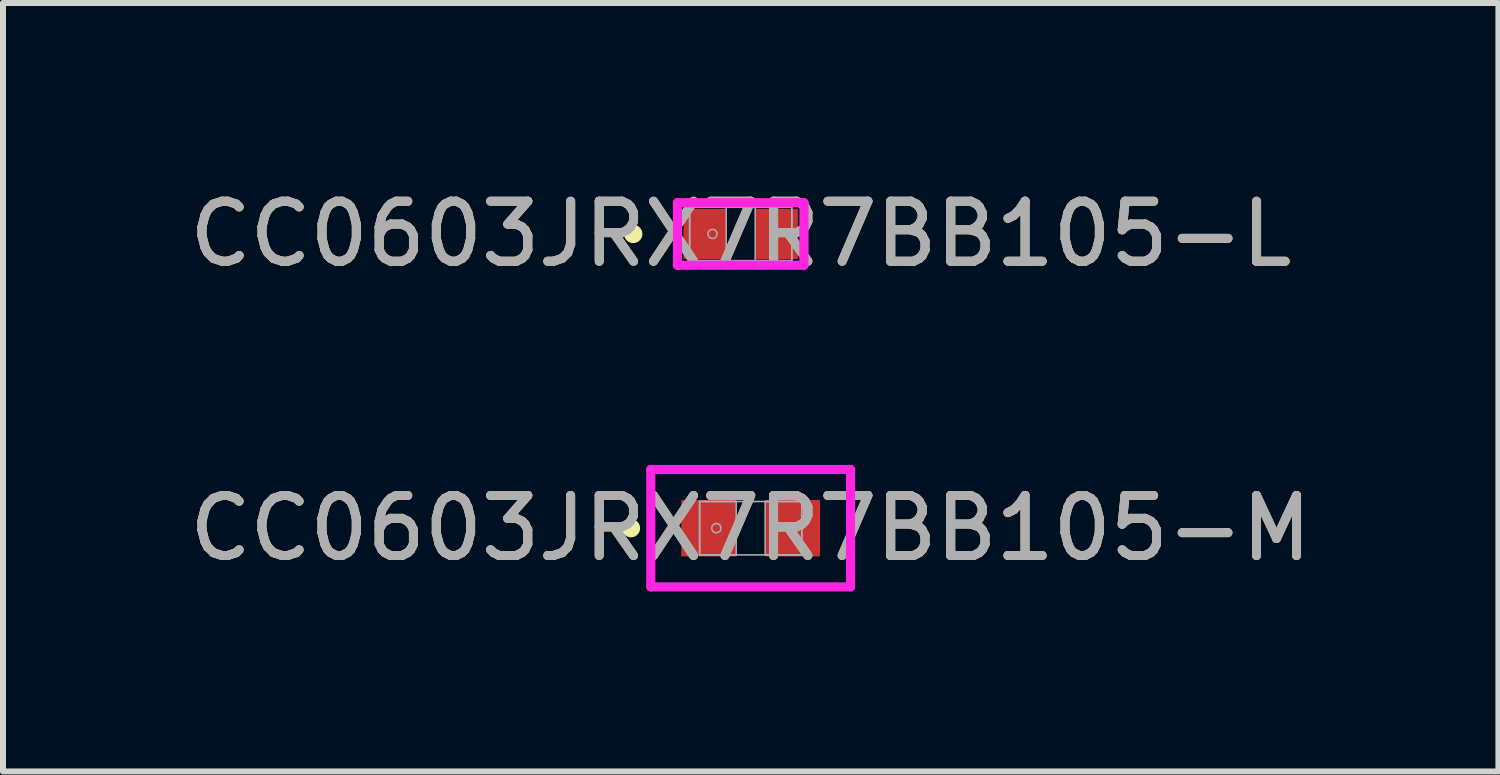
<source format=kicad_pcb>
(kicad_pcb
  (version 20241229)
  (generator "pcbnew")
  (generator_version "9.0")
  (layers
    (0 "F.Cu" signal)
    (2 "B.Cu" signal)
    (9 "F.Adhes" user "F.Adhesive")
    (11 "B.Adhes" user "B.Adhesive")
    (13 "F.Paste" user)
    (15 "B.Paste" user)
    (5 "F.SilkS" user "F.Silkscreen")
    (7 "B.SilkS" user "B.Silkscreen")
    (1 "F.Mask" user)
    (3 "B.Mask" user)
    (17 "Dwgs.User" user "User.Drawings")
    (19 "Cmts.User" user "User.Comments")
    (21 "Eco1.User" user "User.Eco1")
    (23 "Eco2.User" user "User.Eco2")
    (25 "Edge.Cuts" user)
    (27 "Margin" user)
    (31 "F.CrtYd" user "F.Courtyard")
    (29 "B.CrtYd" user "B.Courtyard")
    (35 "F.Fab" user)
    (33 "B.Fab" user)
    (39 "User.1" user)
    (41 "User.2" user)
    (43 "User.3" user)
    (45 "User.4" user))
  (footprint "CC0603JRX7R7BB105-L"
    (layer "F.Cu")
    (at 9.292 0.848)
    (property "Reference" "CC0603JRX7R7BB105-L" (at 0 0 0) (unlocked yes) (layer "F.SilkS") (effects (font (size 1 1) (thickness 0.15))))
    (attr smd)
    (fp_circle (center -1.791 0) (end -1.714 0) (stroke (width 0.152) (type solid)) (fill no) (layer "F.SilkS"))
    (fp_line (start -1.054 -0.521) (end 1.054 -0.521) (stroke (width 0.152) (type solid)) (layer "F.CrtYd"))
    (fp_line (start -1.054 0.521) (end -1.054 -0.521) (stroke (width 0.152) (type solid)) (layer "F.CrtYd"))
    (fp_line (start 1.054 -0.521) (end 1.054 0.521) (stroke (width 0.152) (type solid)) (layer "F.CrtYd"))
    (fp_line (start 1.054 0.521) (end -1.054 0.521) (stroke (width 0.152) (type solid)) (layer "F.CrtYd"))
    (fp_line (start -0.851 -0.445) (end -0.851 0.445) (stroke (width 0.025) (type solid)) (layer "F.Fab"))
    (fp_line (start -0.851 -0.445) (end -0.851 0.445) (stroke (width 0.025) (type solid)) (layer "F.Fab"))
    (fp_line (start -0.851 0.445) (end -0.241 0.445) (stroke (width 0.025) (type solid)) (layer "F.Fab"))
    (fp_line (start -0.851 0.445) (end 0.851 0.445) (stroke (width 0.025) (type solid)) (layer "F.Fab"))
    (fp_line (start -0.241 -0.445) (end -0.851 -0.445) (stroke (width 0.025) (type solid)) (layer "F.Fab"))
    (fp_line (start -0.241 0.445) (end -0.241 -0.445) (stroke (width 0.025) (type solid)) (layer "F.Fab"))
    (fp_line (start 0.241 -0.445) (end 0.241 0.445) (stroke (width 0.025) (type solid)) (layer "F.Fab"))
    (fp_line (start 0.241 0.445) (end 0.851 0.445) (stroke (width 0.025) (type solid)) (layer "F.Fab"))
    (fp_line (start 0.851 -0.445) (end -0.851 -0.445) (stroke (width 0.025) (type solid)) (layer "F.Fab"))
    (fp_line (start 0.851 -0.445) (end 0.241 -0.445) (stroke (width 0.025) (type solid)) (layer "F.Fab"))
    (fp_line (start 0.851 0.445) (end 0.851 -0.445) (stroke (width 0.025) (type solid)) (layer "F.Fab"))
    (fp_line (start 0.851 0.445) (end 0.851 -0.445) (stroke (width 0.025) (type solid)) (layer "F.Fab"))
    (fp_circle (center -0.47 0) (end -0.394 0) (stroke (width 0.025) (type solid)) (fill no) (layer "F.Fab"))
    (fp_text user "${REFERENCE}" (at 0 0 0) (unlocked yes) (layer "F.Fab") (effects (font (size 1 1) (thickness 0.15))))
    (pad "1" smd rect (at -0.597 0) (size 0.711 0.838) (layers "F.Cu" "F.Mask" "F.Paste"))
    (pad "2" smd rect (at 0.597 0) (size 0.711 0.838) (layers "F.Cu" "F.Mask" "F.Paste"))
    (zone (net_name "") (layer "F.Cu") (hatch full 0.508) (connect_pads) (min_thickness 0.254) (filled_areas_thickness no) (keepout (tracks not_allowed) (vias not_allowed) (pads allowed) (copperpour not_allowed) (footprints allowed)) (placement (enabled no)) (fill) (polygon (pts (xy 9.101 0.455) (xy 9.482 0.455) (xy 9.482 1.242) (xy 9.101 1.242)))))
  (footprint "CC0603JRX7R7BB105-M"
    (layer "F.Cu")
    (at 9.458 5.751)
    (property "Reference" "CC0603JRX7R7BB105-M" (at 0 0 0) (unlocked yes) (layer "F.SilkS") (effects (font (size 1 1) (thickness 0.15))))
    (attr smd)
    (fp_circle (center -1.994 0) (end -1.918 0) (stroke (width 0.152) (type solid)) (fill no) (layer "F.SilkS"))
    (fp_line (start -1.664 -0.978) (end 1.664 -0.978) (stroke (width 0.152) (type solid)) (layer "F.CrtYd"))
    (fp_line (start -1.664 0.978) (end -1.664 -0.978) (stroke (width 0.152) (type solid)) (layer "F.CrtYd"))
    (fp_line (start 1.664 -0.978) (end 1.664 0.978) (stroke (width 0.152) (type solid)) (layer "F.CrtYd"))
    (fp_line (start 1.664 0.978) (end -1.664 0.978) (stroke (width 0.152) (type solid)) (layer "F.CrtYd"))
    (fp_line (start -0.851 -0.445) (end -0.851 0.445) (stroke (width 0.025) (type solid)) (layer "F.Fab"))
    (fp_line (start -0.851 -0.445) (end -0.851 0.445) (stroke (width 0.025) (type solid)) (layer "F.Fab"))
    (fp_line (start -0.851 0.445) (end -0.241 0.445) (stroke (width 0.025) (type solid)) (layer "F.Fab"))
    (fp_line (start -0.851 0.445) (end 0.851 0.445) (stroke (width 0.025) (type solid)) (layer "F.Fab"))
    (fp_line (start -0.241 -0.445) (end -0.851 -0.445) (stroke (width 0.025) (type solid)) (layer "F.Fab"))
    (fp_line (start -0.241 0.445) (end -0.241 -0.445) (stroke (width 0.025) (type solid)) (layer "F.Fab"))
    (fp_line (start 0.241 -0.445) (end 0.241 0.445) (stroke (width 0.025) (type solid)) (layer "F.Fab"))
    (fp_line (start 0.241 0.445) (end 0.851 0.445) (stroke (width 0.025) (type solid)) (layer "F.Fab"))
    (fp_line (start 0.851 -0.445) (end -0.851 -0.445) (stroke (width 0.025) (type solid)) (layer "F.Fab"))
    (fp_line (start 0.851 -0.445) (end 0.241 -0.445) (stroke (width 0.025) (type solid)) (layer "F.Fab"))
    (fp_line (start 0.851 0.445) (end 0.851 -0.445) (stroke (width 0.025) (type solid)) (layer "F.Fab"))
    (fp_line (start 0.851 0.445) (end 0.851 -0.445) (stroke (width 0.025) (type solid)) (layer "F.Fab"))
    (fp_circle (center -0.572 0) (end -0.495 0) (stroke (width 0.025) (type solid)) (fill no) (layer "F.Fab"))
    (fp_text user "${REFERENCE}" (at 0 0 0) (unlocked yes) (layer "F.Fab") (effects (font (size 1 1) (thickness 0.15))))
    (pad "1" smd rect (at -0.699 0) (size 0.914 0.94) (layers "F.Cu" "F.Mask" "F.Paste"))
    (pad "2" smd rect (at 0.699 0) (size 0.914 0.94) (layers "F.Cu" "F.Mask" "F.Paste"))
    (zone (net_name "") (layer "F.Cu") (hatch full 0.508) (connect_pads) (min_thickness 0.254) (filled_areas_thickness no) (keepout (tracks not_allowed) (vias not_allowed) (pads allowed) (copperpour not_allowed) (footprints allowed)) (placement (enabled no)) (fill) (polygon (pts (xy 9.268 5.357) (xy 9.649 5.357) (xy 9.649 6.144) (xy 9.268 6.144)))))
  (gr_rect
    (start -3 -3)
    (end 21.917 9.805)
    (stroke (width 0.1) (type default))
    (fill no)
    (layer "Edge.Cuts")))
</source>
